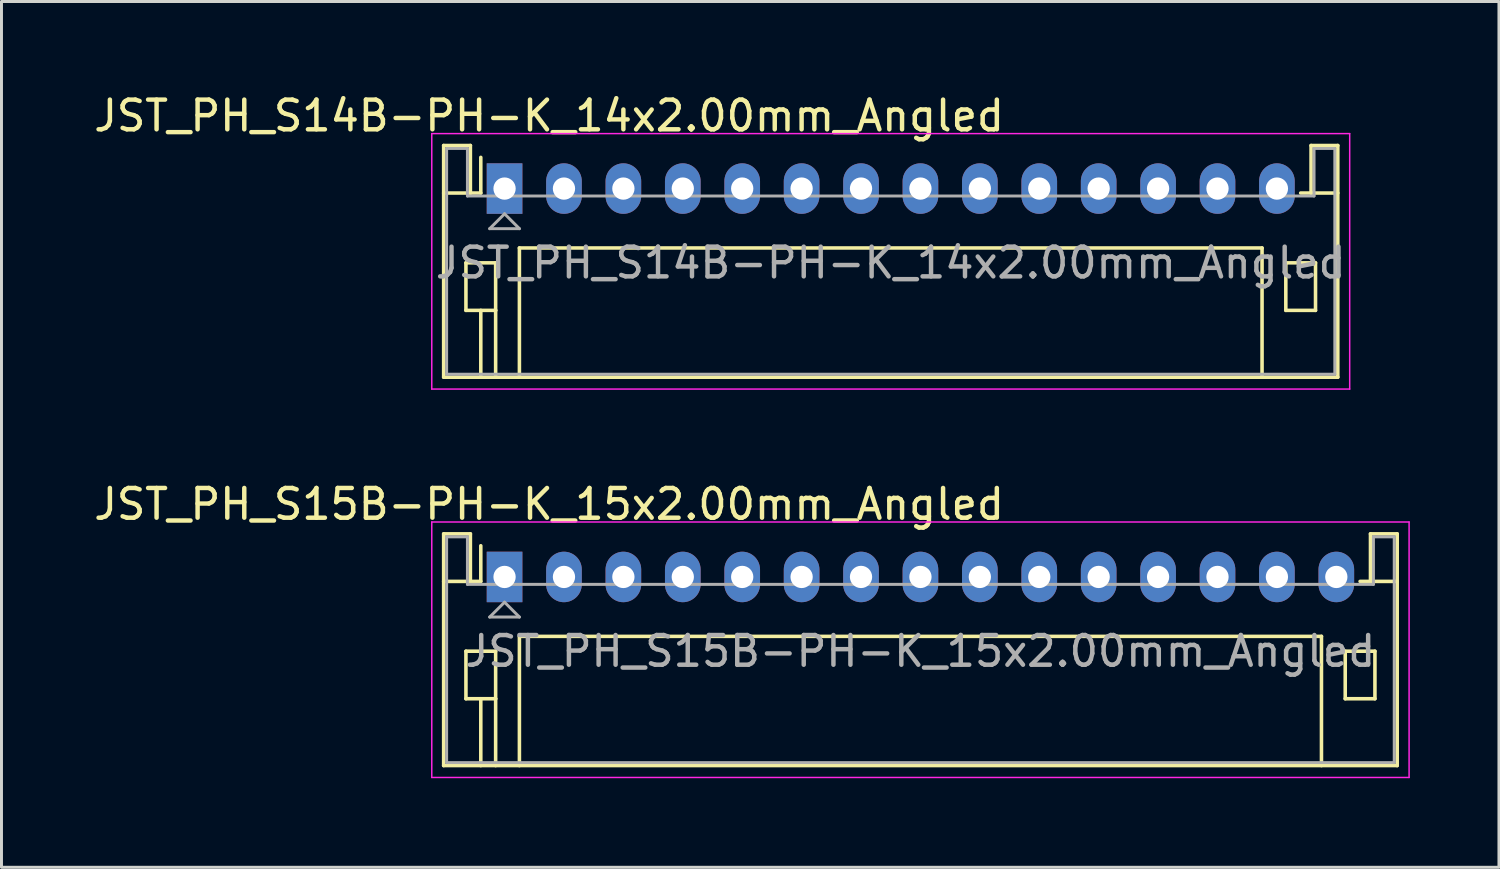
<source format=kicad_pcb>
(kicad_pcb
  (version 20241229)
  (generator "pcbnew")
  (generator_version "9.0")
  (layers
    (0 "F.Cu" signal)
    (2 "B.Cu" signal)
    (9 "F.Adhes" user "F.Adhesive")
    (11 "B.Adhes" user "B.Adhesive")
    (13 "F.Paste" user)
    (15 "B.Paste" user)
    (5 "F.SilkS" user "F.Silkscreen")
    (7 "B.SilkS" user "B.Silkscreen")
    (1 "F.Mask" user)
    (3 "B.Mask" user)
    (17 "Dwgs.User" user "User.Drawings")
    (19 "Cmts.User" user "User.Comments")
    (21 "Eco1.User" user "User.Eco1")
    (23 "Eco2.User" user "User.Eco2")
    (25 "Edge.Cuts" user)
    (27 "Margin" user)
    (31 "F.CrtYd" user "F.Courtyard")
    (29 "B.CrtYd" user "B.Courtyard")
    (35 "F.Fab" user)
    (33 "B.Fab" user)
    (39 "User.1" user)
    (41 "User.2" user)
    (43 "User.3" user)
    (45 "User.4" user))
  (footprint "JST_PH_S15B-PH-K_15x2.00mm_Angled"
    (layer "F.Cu")
    (at 13.935 16.372)
    (property "Reference" "JST_PH_S15B-PH-K_15x2.00mm_Angled" (at 1.5 -2.45 0) (layer "F.SilkS") (effects (font (size 1 1) (thickness 0.15))))
    (attr through_hole)
    (fp_line (start -2.05 -1.45) (end -2.05 6.35) (stroke (width 0.12) (type solid)) (layer "F.SilkS"))
    (fp_line (start -2.05 0.15) (end -1.15 0.15) (stroke (width 0.12) (type solid)) (layer "F.SilkS"))
    (fp_line (start -2.05 6.35) (end 30.05 6.35) (stroke (width 0.12) (type solid)) (layer "F.SilkS"))
    (fp_line (start -1.3 2.5) (end -1.3 4.1) (stroke (width 0.12) (type solid)) (layer "F.SilkS"))
    (fp_line (start -1.3 4.1) (end -0.3 4.1) (stroke (width 0.12) (type solid)) (layer "F.SilkS"))
    (fp_line (start -1.15 -1.45) (end -2.05 -1.45) (stroke (width 0.12) (type solid)) (layer "F.SilkS"))
    (fp_line (start -1.15 0.15) (end -1.15 -1.45) (stroke (width 0.12) (type solid)) (layer "F.SilkS"))
    (fp_line (start -0.8 0.15) (end -1.15 0.15) (stroke (width 0.12) (type solid)) (layer "F.SilkS"))
    (fp_line (start -0.8 0.15) (end -0.8 -1.05) (stroke (width 0.12) (type solid)) (layer "F.SilkS"))
    (fp_line (start -0.8 4.1) (end -0.8 6.35) (stroke (width 0.12) (type solid)) (layer "F.SilkS"))
    (fp_line (start -0.3 2.5) (end -1.3 2.5) (stroke (width 0.12) (type solid)) (layer "F.SilkS"))
    (fp_line (start -0.3 4.1) (end -0.3 2.5) (stroke (width 0.12) (type solid)) (layer "F.SilkS"))
    (fp_line (start -0.3 4.1) (end -0.3 6.35) (stroke (width 0.12) (type solid)) (layer "F.SilkS"))
    (fp_line (start 0.5 2) (end 27.5 2) (stroke (width 0.12) (type solid)) (layer "F.SilkS"))
    (fp_line (start 0.5 6.35) (end 0.5 2) (stroke (width 0.12) (type solid)) (layer "F.SilkS"))
    (fp_line (start 27.5 2) (end 27.5 6.35) (stroke (width 0.12) (type solid)) (layer "F.SilkS"))
    (fp_line (start 28.3 2.5) (end 29.3 2.5) (stroke (width 0.12) (type solid)) (layer "F.SilkS"))
    (fp_line (start 28.3 4.1) (end 28.3 2.5) (stroke (width 0.12) (type solid)) (layer "F.SilkS"))
    (fp_line (start 29.15 -1.45) (end 29.15 0.15) (stroke (width 0.12) (type solid)) (layer "F.SilkS"))
    (fp_line (start 29.15 0.15) (end 28.8 0.15) (stroke (width 0.12) (type solid)) (layer "F.SilkS"))
    (fp_line (start 29.3 2.5) (end 29.3 4.1) (stroke (width 0.12) (type solid)) (layer "F.SilkS"))
    (fp_line (start 29.3 4.1) (end 28.3 4.1) (stroke (width 0.12) (type solid)) (layer "F.SilkS"))
    (fp_line (start 30.05 -1.45) (end 29.15 -1.45) (stroke (width 0.12) (type solid)) (layer "F.SilkS"))
    (fp_line (start 30.05 0.15) (end 29.15 0.15) (stroke (width 0.12) (type solid)) (layer "F.SilkS"))
    (fp_line (start 30.05 6.35) (end 30.05 -1.45) (stroke (width 0.12) (type solid)) (layer "F.SilkS"))
    (fp_line (start -2.45 -1.85) (end -2.45 6.75) (stroke (width 0.05) (type solid)) (layer "F.CrtYd"))
    (fp_line (start -2.45 6.75) (end 30.45 6.75) (stroke (width 0.05) (type solid)) (layer "F.CrtYd"))
    (fp_line (start 30.45 -1.85) (end -2.45 -1.85) (stroke (width 0.05) (type solid)) (layer "F.CrtYd"))
    (fp_line (start 30.45 6.75) (end 30.45 -1.85) (stroke (width 0.05) (type solid)) (layer "F.CrtYd"))
    (fp_line (start -1.95 -1.35) (end -1.95 6.25) (stroke (width 0.1) (type solid)) (layer "F.Fab"))
    (fp_line (start -1.95 6.25) (end 29.95 6.25) (stroke (width 0.1) (type solid)) (layer "F.Fab"))
    (fp_line (start -1.25 -1.35) (end -1.95 -1.35) (stroke (width 0.1) (type solid)) (layer "F.Fab"))
    (fp_line (start -1.25 0.25) (end -1.25 -1.35) (stroke (width 0.1) (type solid)) (layer "F.Fab"))
    (fp_line (start -0.5 1.35) (end 0.5 1.35) (stroke (width 0.1) (type solid)) (layer "F.Fab"))
    (fp_line (start 0 0.85) (end -0.5 1.35) (stroke (width 0.1) (type solid)) (layer "F.Fab"))
    (fp_line (start 0.5 1.35) (end 0 0.85) (stroke (width 0.1) (type solid)) (layer "F.Fab"))
    (fp_line (start 29.25 -1.35) (end 29.25 0.25) (stroke (width 0.1) (type solid)) (layer "F.Fab"))
    (fp_line (start 29.25 0.25) (end -1.25 0.25) (stroke (width 0.1) (type solid)) (layer "F.Fab"))
    (fp_line (start 29.95 -1.35) (end 29.25 -1.35) (stroke (width 0.1) (type solid)) (layer "F.Fab"))
    (fp_line (start 29.95 6.25) (end 29.95 -1.35) (stroke (width 0.1) (type solid)) (layer "F.Fab"))
    (fp_text user "${REFERENCE}" (at 14 2.5 0) (layer "F.Fab") (effects (font (size 1 1) (thickness 0.15))))
    (pad "1" thru_hole rect (at 0 0) (size 1.2 1.7) (drill 0.75) (layers "*.Cu" "*.Mask"))
    (pad "2" thru_hole oval (at 2 0) (size 1.2 1.7) (drill 0.75) (layers "*.Cu" "*.Mask"))
    (pad "3" thru_hole oval (at 4 0) (size 1.2 1.7) (drill 0.75) (layers "*.Cu" "*.Mask"))
    (pad "4" thru_hole oval (at 6 0) (size 1.2 1.7) (drill 0.75) (layers "*.Cu" "*.Mask"))
    (pad "5" thru_hole oval (at 8 0) (size 1.2 1.7) (drill 0.75) (layers "*.Cu" "*.Mask"))
    (pad "6" thru_hole oval (at 10 0) (size 1.2 1.7) (drill 0.75) (layers "*.Cu" "*.Mask"))
    (pad "7" thru_hole oval (at 12 0) (size 1.2 1.7) (drill 0.75) (layers "*.Cu" "*.Mask"))
    (pad "8" thru_hole oval (at 14 0) (size 1.2 1.7) (drill 0.75) (layers "*.Cu" "*.Mask"))
    (pad "9" thru_hole oval (at 16 0) (size 1.2 1.7) (drill 0.75) (layers "*.Cu" "*.Mask"))
    (pad "10" thru_hole oval (at 18 0) (size 1.2 1.7) (drill 0.75) (layers "*.Cu" "*.Mask"))
    (pad "11" thru_hole oval (at 20 0) (size 1.2 1.7) (drill 0.75) (layers "*.Cu" "*.Mask"))
    (pad "12" thru_hole oval (at 22 0) (size 1.2 1.7) (drill 0.75) (layers "*.Cu" "*.Mask"))
    (pad "13" thru_hole oval (at 24 0) (size 1.2 1.7) (drill 0.75) (layers "*.Cu" "*.Mask"))
    (pad "14" thru_hole oval (at 26 0) (size 1.2 1.7) (drill 0.75) (layers "*.Cu" "*.Mask"))
    (pad "15" thru_hole oval (at 28 0) (size 1.2 1.7) (drill 0.75) (layers "*.Cu" "*.Mask")))
  (footprint "JST_PH_S14B-PH-K_14x2.00mm_Angled"
    (layer "F.Cu")
    (at 13.935 3.298)
    (property "Reference" "JST_PH_S14B-PH-K_14x2.00mm_Angled" (at 1.5 -2.45 0) (layer "F.SilkS") (effects (font (size 1 1) (thickness 0.15))))
    (attr through_hole)
    (fp_line (start -2.05 -1.45) (end -2.05 6.35) (stroke (width 0.12) (type solid)) (layer "F.SilkS"))
    (fp_line (start -2.05 0.15) (end -1.15 0.15) (stroke (width 0.12) (type solid)) (layer "F.SilkS"))
    (fp_line (start -2.05 6.35) (end 28.05 6.35) (stroke (width 0.12) (type solid)) (layer "F.SilkS"))
    (fp_line (start -1.3 2.5) (end -1.3 4.1) (stroke (width 0.12) (type solid)) (layer "F.SilkS"))
    (fp_line (start -1.3 4.1) (end -0.3 4.1) (stroke (width 0.12) (type solid)) (layer "F.SilkS"))
    (fp_line (start -1.15 -1.45) (end -2.05 -1.45) (stroke (width 0.12) (type solid)) (layer "F.SilkS"))
    (fp_line (start -1.15 0.15) (end -1.15 -1.45) (stroke (width 0.12) (type solid)) (layer "F.SilkS"))
    (fp_line (start -0.8 0.15) (end -1.15 0.15) (stroke (width 0.12) (type solid)) (layer "F.SilkS"))
    (fp_line (start -0.8 0.15) (end -0.8 -1.05) (stroke (width 0.12) (type solid)) (layer "F.SilkS"))
    (fp_line (start -0.8 4.1) (end -0.8 6.35) (stroke (width 0.12) (type solid)) (layer "F.SilkS"))
    (fp_line (start -0.3 2.5) (end -1.3 2.5) (stroke (width 0.12) (type solid)) (layer "F.SilkS"))
    (fp_line (start -0.3 4.1) (end -0.3 2.5) (stroke (width 0.12) (type solid)) (layer "F.SilkS"))
    (fp_line (start -0.3 4.1) (end -0.3 6.35) (stroke (width 0.12) (type solid)) (layer "F.SilkS"))
    (fp_line (start 0.5 2) (end 25.5 2) (stroke (width 0.12) (type solid)) (layer "F.SilkS"))
    (fp_line (start 0.5 6.35) (end 0.5 2) (stroke (width 0.12) (type solid)) (layer "F.SilkS"))
    (fp_line (start 25.5 2) (end 25.5 6.35) (stroke (width 0.12) (type solid)) (layer "F.SilkS"))
    (fp_line (start 26.3 2.5) (end 27.3 2.5) (stroke (width 0.12) (type solid)) (layer "F.SilkS"))
    (fp_line (start 26.3 4.1) (end 26.3 2.5) (stroke (width 0.12) (type solid)) (layer "F.SilkS"))
    (fp_line (start 27.15 -1.45) (end 27.15 0.15) (stroke (width 0.12) (type solid)) (layer "F.SilkS"))
    (fp_line (start 27.15 0.15) (end 26.8 0.15) (stroke (width 0.12) (type solid)) (layer "F.SilkS"))
    (fp_line (start 27.3 2.5) (end 27.3 4.1) (stroke (width 0.12) (type solid)) (layer "F.SilkS"))
    (fp_line (start 27.3 4.1) (end 26.3 4.1) (stroke (width 0.12) (type solid)) (layer "F.SilkS"))
    (fp_line (start 28.05 -1.45) (end 27.15 -1.45) (stroke (width 0.12) (type solid)) (layer "F.SilkS"))
    (fp_line (start 28.05 0.15) (end 27.15 0.15) (stroke (width 0.12) (type solid)) (layer "F.SilkS"))
    (fp_line (start 28.05 6.35) (end 28.05 -1.45) (stroke (width 0.12) (type solid)) (layer "F.SilkS"))
    (fp_line (start -2.45 -1.85) (end -2.45 6.75) (stroke (width 0.05) (type solid)) (layer "F.CrtYd"))
    (fp_line (start -2.45 6.75) (end 28.45 6.75) (stroke (width 0.05) (type solid)) (layer "F.CrtYd"))
    (fp_line (start 28.45 -1.85) (end -2.45 -1.85) (stroke (width 0.05) (type solid)) (layer "F.CrtYd"))
    (fp_line (start 28.45 6.75) (end 28.45 -1.85) (stroke (width 0.05) (type solid)) (layer "F.CrtYd"))
    (fp_line (start -1.95 -1.35) (end -1.95 6.25) (stroke (width 0.1) (type solid)) (layer "F.Fab"))
    (fp_line (start -1.95 6.25) (end 27.95 6.25) (stroke (width 0.1) (type solid)) (layer "F.Fab"))
    (fp_line (start -1.25 -1.35) (end -1.95 -1.35) (stroke (width 0.1) (type solid)) (layer "F.Fab"))
    (fp_line (start -1.25 0.25) (end -1.25 -1.35) (stroke (width 0.1) (type solid)) (layer "F.Fab"))
    (fp_line (start -0.5 1.35) (end 0.5 1.35) (stroke (width 0.1) (type solid)) (layer "F.Fab"))
    (fp_line (start 0 0.85) (end -0.5 1.35) (stroke (width 0.1) (type solid)) (layer "F.Fab"))
    (fp_line (start 0.5 1.35) (end 0 0.85) (stroke (width 0.1) (type solid)) (layer "F.Fab"))
    (fp_line (start 27.25 -1.35) (end 27.25 0.25) (stroke (width 0.1) (type solid)) (layer "F.Fab"))
    (fp_line (start 27.25 0.25) (end -1.25 0.25) (stroke (width 0.1) (type solid)) (layer "F.Fab"))
    (fp_line (start 27.95 -1.35) (end 27.25 -1.35) (stroke (width 0.1) (type solid)) (layer "F.Fab"))
    (fp_line (start 27.95 6.25) (end 27.95 -1.35) (stroke (width 0.1) (type solid)) (layer "F.Fab"))
    (fp_text user "${REFERENCE}" (at 13 2.5 0) (layer "F.Fab") (effects (font (size 1 1) (thickness 0.15))))
    (pad "1" thru_hole rect (at 0 0) (size 1.2 1.7) (drill 0.75) (layers "*.Cu" "*.Mask"))
    (pad "2" thru_hole oval (at 2 0) (size 1.2 1.7) (drill 0.75) (layers "*.Cu" "*.Mask"))
    (pad "3" thru_hole oval (at 4 0) (size 1.2 1.7) (drill 0.75) (layers "*.Cu" "*.Mask"))
    (pad "4" thru_hole oval (at 6 0) (size 1.2 1.7) (drill 0.75) (layers "*.Cu" "*.Mask"))
    (pad "5" thru_hole oval (at 8 0) (size 1.2 1.7) (drill 0.75) (layers "*.Cu" "*.Mask"))
    (pad "6" thru_hole oval (at 10 0) (size 1.2 1.7) (drill 0.75) (layers "*.Cu" "*.Mask"))
    (pad "7" thru_hole oval (at 12 0) (size 1.2 1.7) (drill 0.75) (layers "*.Cu" "*.Mask"))
    (pad "8" thru_hole oval (at 14 0) (size 1.2 1.7) (drill 0.75) (layers "*.Cu" "*.Mask"))
    (pad "9" thru_hole oval (at 16 0) (size 1.2 1.7) (drill 0.75) (layers "*.Cu" "*.Mask"))
    (pad "10" thru_hole oval (at 18 0) (size 1.2 1.7) (drill 0.75) (layers "*.Cu" "*.Mask"))
    (pad "11" thru_hole oval (at 20 0) (size 1.2 1.7) (drill 0.75) (layers "*.Cu" "*.Mask"))
    (pad "12" thru_hole oval (at 22 0) (size 1.2 1.7) (drill 0.75) (layers "*.Cu" "*.Mask"))
    (pad "13" thru_hole oval (at 24 0) (size 1.2 1.7) (drill 0.75) (layers "*.Cu" "*.Mask"))
    (pad "14" thru_hole oval (at 26 0) (size 1.2 1.7) (drill 0.75) (layers "*.Cu" "*.Mask")))
  (gr_rect
    (start -3 -3)
    (end 47.41 26.146)
    (stroke (width 0.1) (type default))
    (fill no)
    (layer "Edge.Cuts")))
</source>
